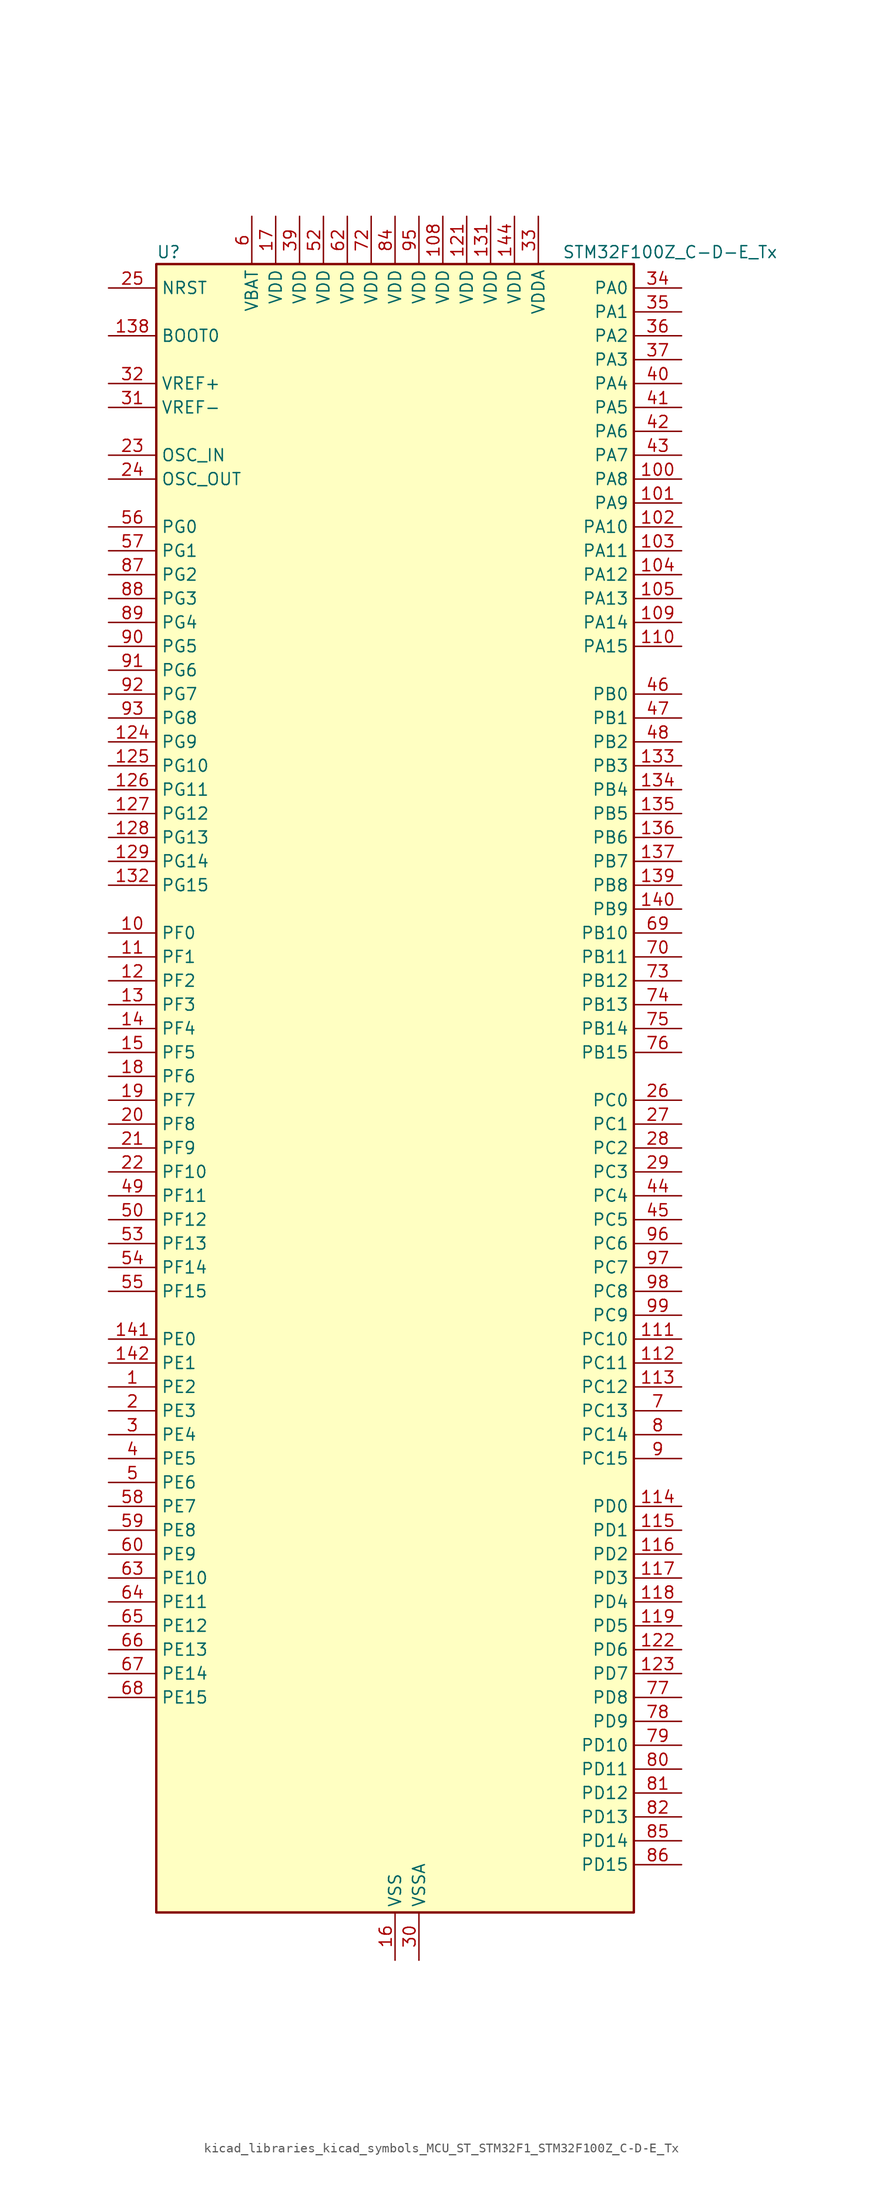
<source format=kicad_sym>
(kicad_symbol_lib
  (version 20220914)
  (generator kicad_symbol_editor)
  (symbol "kicad_libraries_kicad_symbols_MCU_ST_STM32F1_STM32F100Z_C-D-E_Tx"
    (property "Reference" "U"
      (at -25.4 90.17 0)
      (effects (font (size 1.27 1.27)) (justify left)))
    (property "Value" "STM32F100Z_C-D-E_Tx"
      (at 17.78 90.17 0)
      (effects (font (size 1.27 1.27)) (justify left)))
    (property "ki_locked" ""
      (at 0 0 0)
      (effects (font (size 1.27 1.27))))
    (symbol "kicad_libraries_kicad_symbols_MCU_ST_STM32F1_STM32F100Z_C-D-E_Tx_0_1"
      (rectangle (start -25.4 -86.36) (end 25.4 88.9) (stroke (width 0.254) (type default)) (fill (type background))))
    (symbol "kicad_libraries_kicad_symbols_MCU_ST_STM32F1_STM32F100Z_C-D-E_Tx_1_1"
      (pin bidirectional line (at -30.48 -30.48 0) (length 5.08) (name "PE2" (effects (font (size 1.27 1.27)))) (number "1" (effects (font (size 1.27 1.27)))) (alternate "FSMC_A23" bidirectional line) (alternate "SYS_TRACECLK" bidirectional line))
      (pin bidirectional line (at -30.48 17.78 0) (length 5.08) (name "PF0" (effects (font (size 1.27 1.27)))) (number "10" (effects (font (size 1.27 1.27)))) (alternate "FSMC_A0" bidirectional line))
      (pin bidirectional line (at 30.48 66.04 180) (length 5.08) (name "PA8" (effects (font (size 1.27 1.27)))) (number "100" (effects (font (size 1.27 1.27)))) (alternate "RCC_MCO" bidirectional line) (alternate "TIM1_CH1" bidirectional line) (alternate "USART1_CK" bidirectional line))
      (pin bidirectional line (at 30.48 63.5 180) (length 5.08) (name "PA9" (effects (font (size 1.27 1.27)))) (number "101" (effects (font (size 1.27 1.27)))) (alternate "DAC_EXTI9" bidirectional line) (alternate "TIM15_BKIN" bidirectional line) (alternate "TIM1_CH2" bidirectional line) (alternate "USART1_TX" bidirectional line))
      (pin bidirectional line (at 30.48 60.96 180) (length 5.08) (name "PA10" (effects (font (size 1.27 1.27)))) (number "102" (effects (font (size 1.27 1.27)))) (alternate "TIM17_BKIN" bidirectional line) (alternate "TIM1_CH3" bidirectional line) (alternate "USART1_RX" bidirectional line))
      (pin bidirectional line (at 30.48 58.42 180) (length 5.08) (name "PA11" (effects (font (size 1.27 1.27)))) (number "103" (effects (font (size 1.27 1.27)))) (alternate "ADC1_EXTI11" bidirectional line) (alternate "TIM1_CH4" bidirectional line) (alternate "USART1_CTS" bidirectional line))
      (pin bidirectional line (at 30.48 55.88 180) (length 5.08) (name "PA12" (effects (font (size 1.27 1.27)))) (number "104" (effects (font (size 1.27 1.27)))) (alternate "TIM1_ETR" bidirectional line) (alternate "USART1_RTS" bidirectional line))
      (pin bidirectional line (at 30.48 53.34 180) (length 5.08) (name "PA13" (effects (font (size 1.27 1.27)))) (number "105" (effects (font (size 1.27 1.27)))) (alternate "SYS_JTMS-SWDIO" bidirectional line))
      (pin no_connect line (at -25.4 -86.36 0) (length 5.08) hide (name "NC" (effects (font (size 1.27 1.27)))) (number "106" (effects (font (size 1.27 1.27)))))
      (pin passive line (at 0 -91.44 90) (length 5.08) hide (name "VSS" (effects (font (size 1.27 1.27)))) (number "107" (effects (font (size 1.27 1.27)))))
      (pin power_in line (at 5.08 93.98 270) (length 5.08) (name "VDD" (effects (font (size 1.27 1.27)))) (number "108" (effects (font (size 1.27 1.27)))))
      (pin bidirectional line (at 30.48 50.8 180) (length 5.08) (name "PA14" (effects (font (size 1.27 1.27)))) (number "109" (effects (font (size 1.27 1.27)))) (alternate "SYS_JTCK-SWCLK" bidirectional line))
      (pin bidirectional line (at -30.48 15.24 0) (length 5.08) (name "PF1" (effects (font (size 1.27 1.27)))) (number "11" (effects (font (size 1.27 1.27)))) (alternate "FSMC_A1" bidirectional line))
      (pin bidirectional line (at 30.48 48.26 180) (length 5.08) (name "PA15" (effects (font (size 1.27 1.27)))) (number "110" (effects (font (size 1.27 1.27)))) (alternate "ADC1_EXTI15" bidirectional line) (alternate "SPI1_NSS" bidirectional line) (alternate "SPI3_NSS" bidirectional line) (alternate "SYS_JTDI" bidirectional line) (alternate "TIM2_CH1" bidirectional line) (alternate "TIM2_ETR" bidirectional line))
      (pin bidirectional line (at 30.48 -25.4 180) (length 5.08) (name "PC10" (effects (font (size 1.27 1.27)))) (number "111" (effects (font (size 1.27 1.27)))) (alternate "UART4_TX" bidirectional line) (alternate "USART3_TX" bidirectional line))
      (pin bidirectional line (at 30.48 -27.94 180) (length 5.08) (name "PC11" (effects (font (size 1.27 1.27)))) (number "112" (effects (font (size 1.27 1.27)))) (alternate "ADC1_EXTI11" bidirectional line) (alternate "UART4_RX" bidirectional line) (alternate "USART3_RX" bidirectional line))
      (pin bidirectional line (at 30.48 -30.48 180) (length 5.08) (name "PC12" (effects (font (size 1.27 1.27)))) (number "113" (effects (font (size 1.27 1.27)))) (alternate "UART5_TX" bidirectional line) (alternate "USART3_CK" bidirectional line))
      (pin bidirectional line (at 30.48 -43.18 180) (length 5.08) (name "PD0" (effects (font (size 1.27 1.27)))) (number "114" (effects (font (size 1.27 1.27)))) (alternate "FSMC_D2" bidirectional line) (alternate "FSMC_DA2" bidirectional line))
      (pin bidirectional line (at 30.48 -45.72 180) (length 5.08) (name "PD1" (effects (font (size 1.27 1.27)))) (number "115" (effects (font (size 1.27 1.27)))) (alternate "FSMC_D3" bidirectional line) (alternate "FSMC_DA3" bidirectional line))
      (pin bidirectional line (at 30.48 -48.26 180) (length 5.08) (name "PD2" (effects (font (size 1.27 1.27)))) (number "116" (effects (font (size 1.27 1.27)))) (alternate "TIM3_ETR" bidirectional line) (alternate "UART5_RX" bidirectional line))
      (pin bidirectional line (at 30.48 -50.8 180) (length 5.08) (name "PD3" (effects (font (size 1.27 1.27)))) (number "117" (effects (font (size 1.27 1.27)))) (alternate "FSMC_CLK" bidirectional line) (alternate "USART2_CTS" bidirectional line))
      (pin bidirectional line (at 30.48 -53.34 180) (length 5.08) (name "PD4" (effects (font (size 1.27 1.27)))) (number "118" (effects (font (size 1.27 1.27)))) (alternate "FSMC_NOE" bidirectional line) (alternate "USART2_RTS" bidirectional line))
      (pin bidirectional line (at 30.48 -55.88 180) (length 5.08) (name "PD5" (effects (font (size 1.27 1.27)))) (number "119" (effects (font (size 1.27 1.27)))) (alternate "FSMC_NWE" bidirectional line) (alternate "USART2_TX" bidirectional line))
      (pin bidirectional line (at -30.48 12.7 0) (length 5.08) (name "PF2" (effects (font (size 1.27 1.27)))) (number "12" (effects (font (size 1.27 1.27)))) (alternate "FSMC_A2" bidirectional line))
      (pin passive line (at 0 -91.44 90) (length 5.08) hide (name "VSS" (effects (font (size 1.27 1.27)))) (number "120" (effects (font (size 1.27 1.27)))))
      (pin power_in line (at 7.62 93.98 270) (length 5.08) (name "VDD" (effects (font (size 1.27 1.27)))) (number "121" (effects (font (size 1.27 1.27)))))
      (pin bidirectional line (at 30.48 -58.42 180) (length 5.08) (name "PD6" (effects (font (size 1.27 1.27)))) (number "122" (effects (font (size 1.27 1.27)))) (alternate "FSMC_NWAIT" bidirectional line) (alternate "USART2_RX" bidirectional line))
      (pin bidirectional line (at 30.48 -60.96 180) (length 5.08) (name "PD7" (effects (font (size 1.27 1.27)))) (number "123" (effects (font (size 1.27 1.27)))) (alternate "FSMC_NE1" bidirectional line) (alternate "USART2_CK" bidirectional line))
      (pin bidirectional line (at -30.48 38.1 0) (length 5.08) (name "PG9" (effects (font (size 1.27 1.27)))) (number "124" (effects (font (size 1.27 1.27)))) (alternate "DAC_EXTI9" bidirectional line) (alternate "FSMC_NE2" bidirectional line))
      (pin bidirectional line (at -30.48 35.56 0) (length 5.08) (name "PG10" (effects (font (size 1.27 1.27)))) (number "125" (effects (font (size 1.27 1.27)))) (alternate "FSMC_NE3" bidirectional line))
      (pin bidirectional line (at -30.48 33.02 0) (length 5.08) (name "PG11" (effects (font (size 1.27 1.27)))) (number "126" (effects (font (size 1.27 1.27)))) (alternate "ADC1_EXTI11" bidirectional line))
      (pin bidirectional line (at -30.48 30.48 0) (length 5.08) (name "PG12" (effects (font (size 1.27 1.27)))) (number "127" (effects (font (size 1.27 1.27)))) (alternate "FSMC_NE4" bidirectional line))
      (pin bidirectional line (at -30.48 27.94 0) (length 5.08) (name "PG13" (effects (font (size 1.27 1.27)))) (number "128" (effects (font (size 1.27 1.27)))) (alternate "FSMC_A24" bidirectional line))
      (pin bidirectional line (at -30.48 25.4 0) (length 5.08) (name "PG14" (effects (font (size 1.27 1.27)))) (number "129" (effects (font (size 1.27 1.27)))) (alternate "FSMC_A25" bidirectional line))
      (pin bidirectional line (at -30.48 10.16 0) (length 5.08) (name "PF3" (effects (font (size 1.27 1.27)))) (number "13" (effects (font (size 1.27 1.27)))) (alternate "FSMC_A3" bidirectional line))
      (pin passive line (at 0 -91.44 90) (length 5.08) hide (name "VSS" (effects (font (size 1.27 1.27)))) (number "130" (effects (font (size 1.27 1.27)))))
      (pin power_in line (at 10.16 93.98 270) (length 5.08) (name "VDD" (effects (font (size 1.27 1.27)))) (number "131" (effects (font (size 1.27 1.27)))))
      (pin bidirectional line (at -30.48 22.86 0) (length 5.08) (name "PG15" (effects (font (size 1.27 1.27)))) (number "132" (effects (font (size 1.27 1.27)))) (alternate "ADC1_EXTI15" bidirectional line))
      (pin bidirectional line (at 30.48 35.56 180) (length 5.08) (name "PB3" (effects (font (size 1.27 1.27)))) (number "133" (effects (font (size 1.27 1.27)))) (alternate "SPI1_SCK" bidirectional line) (alternate "SPI3_SCK" bidirectional line) (alternate "SYS_JTDO-TRACESWO" bidirectional line) (alternate "TIM2_CH2" bidirectional line))
      (pin bidirectional line (at 30.48 33.02 180) (length 5.08) (name "PB4" (effects (font (size 1.27 1.27)))) (number "134" (effects (font (size 1.27 1.27)))) (alternate "SPI1_MISO" bidirectional line) (alternate "SPI3_MISO" bidirectional line) (alternate "SYS_NJTRST" bidirectional line) (alternate "TIM3_CH1" bidirectional line))
      (pin bidirectional line (at 30.48 30.48 180) (length 5.08) (name "PB5" (effects (font (size 1.27 1.27)))) (number "135" (effects (font (size 1.27 1.27)))) (alternate "I2C1_SMBA" bidirectional line) (alternate "SPI1_MOSI" bidirectional line) (alternate "SPI3_MOSI" bidirectional line) (alternate "TIM16_BKIN" bidirectional line) (alternate "TIM3_CH2" bidirectional line))
      (pin bidirectional line (at 30.48 27.94 180) (length 5.08) (name "PB6" (effects (font (size 1.27 1.27)))) (number "136" (effects (font (size 1.27 1.27)))) (alternate "I2C1_SCL" bidirectional line) (alternate "TIM16_CH1N" bidirectional line) (alternate "TIM4_CH1" bidirectional line) (alternate "USART1_TX" bidirectional line))
      (pin bidirectional line (at 30.48 25.4 180) (length 5.08) (name "PB7" (effects (font (size 1.27 1.27)))) (number "137" (effects (font (size 1.27 1.27)))) (alternate "FSMC_NL" bidirectional line) (alternate "I2C1_SDA" bidirectional line) (alternate "TIM17_CH1N" bidirectional line) (alternate "TIM4_CH2" bidirectional line) (alternate "USART1_RX" bidirectional line))
      (pin input line (at -30.48 81.28 0) (length 5.08) (name "BOOT0" (effects (font (size 1.27 1.27)))) (number "138" (effects (font (size 1.27 1.27)))))
      (pin bidirectional line (at 30.48 22.86 180) (length 5.08) (name "PB8" (effects (font (size 1.27 1.27)))) (number "139" (effects (font (size 1.27 1.27)))) (alternate "CEC" bidirectional line) (alternate "I2C1_SCL" bidirectional line) (alternate "TIM16_CH1" bidirectional line) (alternate "TIM4_CH3" bidirectional line))
      (pin bidirectional line (at -30.48 7.62 0) (length 5.08) (name "PF4" (effects (font (size 1.27 1.27)))) (number "14" (effects (font (size 1.27 1.27)))) (alternate "FSMC_A4" bidirectional line))
      (pin bidirectional line (at 30.48 20.32 180) (length 5.08) (name "PB9" (effects (font (size 1.27 1.27)))) (number "140" (effects (font (size 1.27 1.27)))) (alternate "DAC_EXTI9" bidirectional line) (alternate "I2C1_SDA" bidirectional line) (alternate "TIM17_CH1" bidirectional line) (alternate "TIM4_CH4" bidirectional line))
      (pin bidirectional line (at -30.48 -25.4 0) (length 5.08) (name "PE0" (effects (font (size 1.27 1.27)))) (number "141" (effects (font (size 1.27 1.27)))) (alternate "FSMC_NBL0" bidirectional line) (alternate "TIM4_ETR" bidirectional line))
      (pin bidirectional line (at -30.48 -27.94 0) (length 5.08) (name "PE1" (effects (font (size 1.27 1.27)))) (number "142" (effects (font (size 1.27 1.27)))) (alternate "FSMC_NBL1" bidirectional line))
      (pin passive line (at 0 -91.44 90) (length 5.08) hide (name "VSS" (effects (font (size 1.27 1.27)))) (number "143" (effects (font (size 1.27 1.27)))))
      (pin power_in line (at 12.7 93.98 270) (length 5.08) (name "VDD" (effects (font (size 1.27 1.27)))) (number "144" (effects (font (size 1.27 1.27)))))
      (pin bidirectional line (at -30.48 5.08 0) (length 5.08) (name "PF5" (effects (font (size 1.27 1.27)))) (number "15" (effects (font (size 1.27 1.27)))) (alternate "FSMC_A5" bidirectional line))
      (pin power_in line (at 0 -91.44 90) (length 5.08) (name "VSS" (effects (font (size 1.27 1.27)))) (number "16" (effects (font (size 1.27 1.27)))))
      (pin power_in line (at -12.7 93.98 270) (length 5.08) (name "VDD" (effects (font (size 1.27 1.27)))) (number "17" (effects (font (size 1.27 1.27)))))
      (pin bidirectional line (at -30.48 2.54 0) (length 5.08) (name "PF6" (effects (font (size 1.27 1.27)))) (number "18" (effects (font (size 1.27 1.27)))))
      (pin bidirectional line (at -30.48 0 0) (length 5.08) (name "PF7" (effects (font (size 1.27 1.27)))) (number "19" (effects (font (size 1.27 1.27)))))
      (pin bidirectional line (at -30.48 -33.02 0) (length 5.08) (name "PE3" (effects (font (size 1.27 1.27)))) (number "2" (effects (font (size 1.27 1.27)))) (alternate "FSMC_A19" bidirectional line) (alternate "SYS_TRACED0" bidirectional line))
      (pin bidirectional line (at -30.48 -2.54 0) (length 5.08) (name "PF8" (effects (font (size 1.27 1.27)))) (number "20" (effects (font (size 1.27 1.27)))))
      (pin bidirectional line (at -30.48 -5.08 0) (length 5.08) (name "PF9" (effects (font (size 1.27 1.27)))) (number "21" (effects (font (size 1.27 1.27)))) (alternate "DAC_EXTI9" bidirectional line))
      (pin bidirectional line (at -30.48 -7.62 0) (length 5.08) (name "PF10" (effects (font (size 1.27 1.27)))) (number "22" (effects (font (size 1.27 1.27)))))
      (pin input line (at -30.48 68.58 0) (length 5.08) (name "OSC_IN" (effects (font (size 1.27 1.27)))) (number "23" (effects (font (size 1.27 1.27)))) (alternate "RCC_OSC_IN" bidirectional line))
      (pin input line (at -30.48 66.04 0) (length 5.08) (name "OSC_OUT" (effects (font (size 1.27 1.27)))) (number "24" (effects (font (size 1.27 1.27)))) (alternate "RCC_OSC_OUT" bidirectional line))
      (pin input line (at -30.48 86.36 0) (length 5.08) (name "NRST" (effects (font (size 1.27 1.27)))) (number "25" (effects (font (size 1.27 1.27)))))
      (pin bidirectional line (at 30.48 0 180) (length 5.08) (name "PC0" (effects (font (size 1.27 1.27)))) (number "26" (effects (font (size 1.27 1.27)))) (alternate "ADC1_IN10" bidirectional line))
      (pin bidirectional line (at 30.48 -2.54 180) (length 5.08) (name "PC1" (effects (font (size 1.27 1.27)))) (number "27" (effects (font (size 1.27 1.27)))) (alternate "ADC1_IN11" bidirectional line))
      (pin bidirectional line (at 30.48 -5.08 180) (length 5.08) (name "PC2" (effects (font (size 1.27 1.27)))) (number "28" (effects (font (size 1.27 1.27)))) (alternate "ADC1_IN12" bidirectional line))
      (pin bidirectional line (at 30.48 -7.62 180) (length 5.08) (name "PC3" (effects (font (size 1.27 1.27)))) (number "29" (effects (font (size 1.27 1.27)))) (alternate "ADC1_IN13" bidirectional line))
      (pin bidirectional line (at -30.48 -35.56 0) (length 5.08) (name "PE4" (effects (font (size 1.27 1.27)))) (number "3" (effects (font (size 1.27 1.27)))) (alternate "FSMC_A20" bidirectional line) (alternate "SYS_TRACED1" bidirectional line))
      (pin power_in line (at 2.54 -91.44 90) (length 5.08) (name "VSSA" (effects (font (size 1.27 1.27)))) (number "30" (effects (font (size 1.27 1.27)))))
      (pin input line (at -30.48 73.66 0) (length 5.08) (name "VREF-" (effects (font (size 1.27 1.27)))) (number "31" (effects (font (size 1.27 1.27)))))
      (pin input line (at -30.48 76.2 0) (length 5.08) (name "VREF+" (effects (font (size 1.27 1.27)))) (number "32" (effects (font (size 1.27 1.27)))))
      (pin power_in line (at 15.24 93.98 270) (length 5.08) (name "VDDA" (effects (font (size 1.27 1.27)))) (number "33" (effects (font (size 1.27 1.27)))))
      (pin bidirectional line (at 30.48 86.36 180) (length 5.08) (name "PA0" (effects (font (size 1.27 1.27)))) (number "34" (effects (font (size 1.27 1.27)))) (alternate "ADC1_IN0" bidirectional line) (alternate "SYS_WKUP" bidirectional line) (alternate "TIM2_CH1" bidirectional line) (alternate "TIM2_ETR" bidirectional line) (alternate "TIM5_CH1" bidirectional line) (alternate "USART2_CTS" bidirectional line))
      (pin bidirectional line (at 30.48 83.82 180) (length 5.08) (name "PA1" (effects (font (size 1.27 1.27)))) (number "35" (effects (font (size 1.27 1.27)))) (alternate "ADC1_IN1" bidirectional line) (alternate "TIM2_CH2" bidirectional line) (alternate "TIM5_CH2" bidirectional line) (alternate "USART2_RTS" bidirectional line))
      (pin bidirectional line (at 30.48 81.28 180) (length 5.08) (name "PA2" (effects (font (size 1.27 1.27)))) (number "36" (effects (font (size 1.27 1.27)))) (alternate "ADC1_IN2" bidirectional line) (alternate "TIM15_CH1" bidirectional line) (alternate "TIM2_CH3" bidirectional line) (alternate "TIM5_CH3" bidirectional line) (alternate "USART2_TX" bidirectional line))
      (pin bidirectional line (at 30.48 78.74 180) (length 5.08) (name "PA3" (effects (font (size 1.27 1.27)))) (number "37" (effects (font (size 1.27 1.27)))) (alternate "ADC1_IN3" bidirectional line) (alternate "TIM15_CH2" bidirectional line) (alternate "TIM2_CH4" bidirectional line) (alternate "TIM5_CH4" bidirectional line) (alternate "USART2_RX" bidirectional line))
      (pin passive line (at 0 -91.44 90) (length 5.08) hide (name "VSS" (effects (font (size 1.27 1.27)))) (number "38" (effects (font (size 1.27 1.27)))))
      (pin power_in line (at -10.16 93.98 270) (length 5.08) (name "VDD" (effects (font (size 1.27 1.27)))) (number "39" (effects (font (size 1.27 1.27)))))
      (pin bidirectional line (at -30.48 -38.1 0) (length 5.08) (name "PE5" (effects (font (size 1.27 1.27)))) (number "4" (effects (font (size 1.27 1.27)))) (alternate "FSMC_A21" bidirectional line) (alternate "SYS_TRACED2" bidirectional line))
      (pin bidirectional line (at 30.48 76.2 180) (length 5.08) (name "PA4" (effects (font (size 1.27 1.27)))) (number "40" (effects (font (size 1.27 1.27)))) (alternate "ADC1_IN4" bidirectional line) (alternate "DAC_OUT1" bidirectional line) (alternate "SPI1_NSS" bidirectional line) (alternate "USART2_CK" bidirectional line))
      (pin bidirectional line (at 30.48 73.66 180) (length 5.08) (name "PA5" (effects (font (size 1.27 1.27)))) (number "41" (effects (font (size 1.27 1.27)))) (alternate "ADC1_IN5" bidirectional line) (alternate "DAC_OUT2" bidirectional line) (alternate "SPI1_SCK" bidirectional line))
      (pin bidirectional line (at 30.48 71.12 180) (length 5.08) (name "PA6" (effects (font (size 1.27 1.27)))) (number "42" (effects (font (size 1.27 1.27)))) (alternate "ADC1_IN6" bidirectional line) (alternate "SPI1_MISO" bidirectional line) (alternate "TIM16_CH1" bidirectional line) (alternate "TIM1_BKIN" bidirectional line) (alternate "TIM3_CH1" bidirectional line))
      (pin bidirectional line (at 30.48 68.58 180) (length 5.08) (name "PA7" (effects (font (size 1.27 1.27)))) (number "43" (effects (font (size 1.27 1.27)))) (alternate "ADC1_IN7" bidirectional line) (alternate "SPI1_MOSI" bidirectional line) (alternate "TIM17_CH1" bidirectional line) (alternate "TIM1_CH1N" bidirectional line) (alternate "TIM3_CH2" bidirectional line))
      (pin bidirectional line (at 30.48 -10.16 180) (length 5.08) (name "PC4" (effects (font (size 1.27 1.27)))) (number "44" (effects (font (size 1.27 1.27)))) (alternate "ADC1_IN14" bidirectional line) (alternate "TIM12_CH1" bidirectional line))
      (pin bidirectional line (at 30.48 -12.7 180) (length 5.08) (name "PC5" (effects (font (size 1.27 1.27)))) (number "45" (effects (font (size 1.27 1.27)))) (alternate "ADC1_IN15" bidirectional line) (alternate "TIM12_CH2" bidirectional line))
      (pin bidirectional line (at 30.48 43.18 180) (length 5.08) (name "PB0" (effects (font (size 1.27 1.27)))) (number "46" (effects (font (size 1.27 1.27)))) (alternate "ADC1_IN8" bidirectional line) (alternate "TIM13_CH1" bidirectional line) (alternate "TIM1_CH2N" bidirectional line) (alternate "TIM3_CH3" bidirectional line))
      (pin bidirectional line (at 30.48 40.64 180) (length 5.08) (name "PB1" (effects (font (size 1.27 1.27)))) (number "47" (effects (font (size 1.27 1.27)))) (alternate "ADC1_IN9" bidirectional line) (alternate "TIM14_CH1" bidirectional line) (alternate "TIM1_CH3N" bidirectional line) (alternate "TIM3_CH4" bidirectional line))
      (pin bidirectional line (at 30.48 38.1 180) (length 5.08) (name "PB2" (effects (font (size 1.27 1.27)))) (number "48" (effects (font (size 1.27 1.27)))))
      (pin bidirectional line (at -30.48 -10.16 0) (length 5.08) (name "PF11" (effects (font (size 1.27 1.27)))) (number "49" (effects (font (size 1.27 1.27)))) (alternate "ADC1_EXTI11" bidirectional line))
      (pin bidirectional line (at -30.48 -40.64 0) (length 5.08) (name "PE6" (effects (font (size 1.27 1.27)))) (number "5" (effects (font (size 1.27 1.27)))) (alternate "FSMC_A22" bidirectional line) (alternate "SYS_TRACED3" bidirectional line))
      (pin bidirectional line (at -30.48 -12.7 0) (length 5.08) (name "PF12" (effects (font (size 1.27 1.27)))) (number "50" (effects (font (size 1.27 1.27)))) (alternate "FSMC_A6" bidirectional line))
      (pin passive line (at 0 -91.44 90) (length 5.08) hide (name "VSS" (effects (font (size 1.27 1.27)))) (number "51" (effects (font (size 1.27 1.27)))))
      (pin power_in line (at -7.62 93.98 270) (length 5.08) (name "VDD" (effects (font (size 1.27 1.27)))) (number "52" (effects (font (size 1.27 1.27)))))
      (pin bidirectional line (at -30.48 -15.24 0) (length 5.08) (name "PF13" (effects (font (size 1.27 1.27)))) (number "53" (effects (font (size 1.27 1.27)))) (alternate "FSMC_A7" bidirectional line))
      (pin bidirectional line (at -30.48 -17.78 0) (length 5.08) (name "PF14" (effects (font (size 1.27 1.27)))) (number "54" (effects (font (size 1.27 1.27)))) (alternate "FSMC_A8" bidirectional line))
      (pin bidirectional line (at -30.48 -20.32 0) (length 5.08) (name "PF15" (effects (font (size 1.27 1.27)))) (number "55" (effects (font (size 1.27 1.27)))) (alternate "ADC1_EXTI15" bidirectional line) (alternate "FSMC_A9" bidirectional line))
      (pin bidirectional line (at -30.48 60.96 0) (length 5.08) (name "PG0" (effects (font (size 1.27 1.27)))) (number "56" (effects (font (size 1.27 1.27)))) (alternate "FSMC_A10" bidirectional line))
      (pin bidirectional line (at -30.48 58.42 0) (length 5.08) (name "PG1" (effects (font (size 1.27 1.27)))) (number "57" (effects (font (size 1.27 1.27)))) (alternate "FSMC_A11" bidirectional line))
      (pin bidirectional line (at -30.48 -43.18 0) (length 5.08) (name "PE7" (effects (font (size 1.27 1.27)))) (number "58" (effects (font (size 1.27 1.27)))) (alternate "FSMC_D4" bidirectional line) (alternate "FSMC_DA4" bidirectional line) (alternate "TIM1_ETR" bidirectional line))
      (pin bidirectional line (at -30.48 -45.72 0) (length 5.08) (name "PE8" (effects (font (size 1.27 1.27)))) (number "59" (effects (font (size 1.27 1.27)))) (alternate "FSMC_D5" bidirectional line) (alternate "FSMC_DA5" bidirectional line) (alternate "TIM1_CH1N" bidirectional line))
      (pin power_in line (at -15.24 93.98 270) (length 5.08) (name "VBAT" (effects (font (size 1.27 1.27)))) (number "6" (effects (font (size 1.27 1.27)))))
      (pin bidirectional line (at -30.48 -48.26 0) (length 5.08) (name "PE9" (effects (font (size 1.27 1.27)))) (number "60" (effects (font (size 1.27 1.27)))) (alternate "DAC_EXTI9" bidirectional line) (alternate "FSMC_D6" bidirectional line) (alternate "FSMC_DA6" bidirectional line) (alternate "TIM1_CH1" bidirectional line))
      (pin passive line (at 0 -91.44 90) (length 5.08) hide (name "VSS" (effects (font (size 1.27 1.27)))) (number "61" (effects (font (size 1.27 1.27)))))
      (pin power_in line (at -5.08 93.98 270) (length 5.08) (name "VDD" (effects (font (size 1.27 1.27)))) (number "62" (effects (font (size 1.27 1.27)))))
      (pin bidirectional line (at -30.48 -50.8 0) (length 5.08) (name "PE10" (effects (font (size 1.27 1.27)))) (number "63" (effects (font (size 1.27 1.27)))) (alternate "FSMC_D7" bidirectional line) (alternate "FSMC_DA7" bidirectional line) (alternate "TIM1_CH2N" bidirectional line))
      (pin bidirectional line (at -30.48 -53.34 0) (length 5.08) (name "PE11" (effects (font (size 1.27 1.27)))) (number "64" (effects (font (size 1.27 1.27)))) (alternate "ADC1_EXTI11" bidirectional line) (alternate "FSMC_D8" bidirectional line) (alternate "FSMC_DA8" bidirectional line) (alternate "TIM1_CH2" bidirectional line))
      (pin bidirectional line (at -30.48 -55.88 0) (length 5.08) (name "PE12" (effects (font (size 1.27 1.27)))) (number "65" (effects (font (size 1.27 1.27)))) (alternate "FSMC_D9" bidirectional line) (alternate "FSMC_DA9" bidirectional line) (alternate "TIM1_CH3N" bidirectional line))
      (pin bidirectional line (at -30.48 -58.42 0) (length 5.08) (name "PE13" (effects (font (size 1.27 1.27)))) (number "66" (effects (font (size 1.27 1.27)))) (alternate "FSMC_D10" bidirectional line) (alternate "FSMC_DA10" bidirectional line) (alternate "TIM1_CH3" bidirectional line))
      (pin bidirectional line (at -30.48 -60.96 0) (length 5.08) (name "PE14" (effects (font (size 1.27 1.27)))) (number "67" (effects (font (size 1.27 1.27)))) (alternate "FSMC_D11" bidirectional line) (alternate "FSMC_DA11" bidirectional line) (alternate "TIM1_CH4" bidirectional line))
      (pin bidirectional line (at -30.48 -63.5 0) (length 5.08) (name "PE15" (effects (font (size 1.27 1.27)))) (number "68" (effects (font (size 1.27 1.27)))) (alternate "ADC1_EXTI15" bidirectional line) (alternate "FSMC_D12" bidirectional line) (alternate "FSMC_DA12" bidirectional line) (alternate "TIM1_BKIN" bidirectional line))
      (pin bidirectional line (at 30.48 17.78 180) (length 5.08) (name "PB10" (effects (font (size 1.27 1.27)))) (number "69" (effects (font (size 1.27 1.27)))) (alternate "CEC" bidirectional line) (alternate "I2C2_SCL" bidirectional line) (alternate "TIM2_CH3" bidirectional line) (alternate "USART3_TX" bidirectional line))
      (pin bidirectional line (at 30.48 -33.02 180) (length 5.08) (name "PC13" (effects (font (size 1.27 1.27)))) (number "7" (effects (font (size 1.27 1.27)))) (alternate "RTC_OUT" bidirectional line) (alternate "RTC_TAMPER" bidirectional line))
      (pin bidirectional line (at 30.48 15.24 180) (length 5.08) (name "PB11" (effects (font (size 1.27 1.27)))) (number "70" (effects (font (size 1.27 1.27)))) (alternate "ADC1_EXTI11" bidirectional line) (alternate "I2C2_SDA" bidirectional line) (alternate "TIM2_CH4" bidirectional line) (alternate "USART3_RX" bidirectional line))
      (pin passive line (at 0 -91.44 90) (length 5.08) hide (name "VSS" (effects (font (size 1.27 1.27)))) (number "71" (effects (font (size 1.27 1.27)))))
      (pin power_in line (at -2.54 93.98 270) (length 5.08) (name "VDD" (effects (font (size 1.27 1.27)))) (number "72" (effects (font (size 1.27 1.27)))))
      (pin bidirectional line (at 30.48 12.7 180) (length 5.08) (name "PB12" (effects (font (size 1.27 1.27)))) (number "73" (effects (font (size 1.27 1.27)))) (alternate "I2C2_SMBA" bidirectional line) (alternate "SPI2_NSS" bidirectional line) (alternate "TIM12_CH1" bidirectional line) (alternate "TIM1_BKIN" bidirectional line) (alternate "USART3_CK" bidirectional line))
      (pin bidirectional line (at 30.48 10.16 180) (length 5.08) (name "PB13" (effects (font (size 1.27 1.27)))) (number "74" (effects (font (size 1.27 1.27)))) (alternate "SPI2_SCK" bidirectional line) (alternate "TIM12_CH2" bidirectional line) (alternate "TIM1_CH1N" bidirectional line) (alternate "USART3_CTS" bidirectional line))
      (pin bidirectional line (at 30.48 7.62 180) (length 5.08) (name "PB14" (effects (font (size 1.27 1.27)))) (number "75" (effects (font (size 1.27 1.27)))) (alternate "SPI2_MISO" bidirectional line) (alternate "TIM15_CH1" bidirectional line) (alternate "TIM1_CH2N" bidirectional line) (alternate "USART3_RTS" bidirectional line))
      (pin bidirectional line (at 30.48 5.08 180) (length 5.08) (name "PB15" (effects (font (size 1.27 1.27)))) (number "76" (effects (font (size 1.27 1.27)))) (alternate "ADC1_EXTI15" bidirectional line) (alternate "SPI2_MOSI" bidirectional line) (alternate "TIM15_CH1N" bidirectional line) (alternate "TIM15_CH2" bidirectional line) (alternate "TIM1_CH3N" bidirectional line))
      (pin bidirectional line (at 30.48 -63.5 180) (length 5.08) (name "PD8" (effects (font (size 1.27 1.27)))) (number "77" (effects (font (size 1.27 1.27)))) (alternate "FSMC_D13" bidirectional line) (alternate "FSMC_DA13" bidirectional line) (alternate "USART3_TX" bidirectional line))
      (pin bidirectional line (at 30.48 -66.04 180) (length 5.08) (name "PD9" (effects (font (size 1.27 1.27)))) (number "78" (effects (font (size 1.27 1.27)))) (alternate "DAC_EXTI9" bidirectional line) (alternate "FSMC_D14" bidirectional line) (alternate "FSMC_DA14" bidirectional line) (alternate "USART3_RX" bidirectional line))
      (pin bidirectional line (at 30.48 -68.58 180) (length 5.08) (name "PD10" (effects (font (size 1.27 1.27)))) (number "79" (effects (font (size 1.27 1.27)))) (alternate "FSMC_D15" bidirectional line) (alternate "FSMC_DA15" bidirectional line) (alternate "USART3_CK" bidirectional line))
      (pin bidirectional line (at 30.48 -35.56 180) (length 5.08) (name "PC14" (effects (font (size 1.27 1.27)))) (number "8" (effects (font (size 1.27 1.27)))) (alternate "RCC_OSC32_IN" bidirectional line))
      (pin bidirectional line (at 30.48 -71.12 180) (length 5.08) (name "PD11" (effects (font (size 1.27 1.27)))) (number "80" (effects (font (size 1.27 1.27)))) (alternate "ADC1_EXTI11" bidirectional line) (alternate "FSMC_A16" bidirectional line) (alternate "USART3_CTS" bidirectional line))
      (pin bidirectional line (at 30.48 -73.66 180) (length 5.08) (name "PD12" (effects (font (size 1.27 1.27)))) (number "81" (effects (font (size 1.27 1.27)))) (alternate "FSMC_A17" bidirectional line) (alternate "TIM4_CH1" bidirectional line) (alternate "USART3_RTS" bidirectional line))
      (pin bidirectional line (at 30.48 -76.2 180) (length 5.08) (name "PD13" (effects (font (size 1.27 1.27)))) (number "82" (effects (font (size 1.27 1.27)))) (alternate "FSMC_A18" bidirectional line) (alternate "TIM4_CH2" bidirectional line))
      (pin passive line (at 0 -91.44 90) (length 5.08) hide (name "VSS" (effects (font (size 1.27 1.27)))) (number "83" (effects (font (size 1.27 1.27)))))
      (pin power_in line (at 0 93.98 270) (length 5.08) (name "VDD" (effects (font (size 1.27 1.27)))) (number "84" (effects (font (size 1.27 1.27)))))
      (pin bidirectional line (at 30.48 -78.74 180) (length 5.08) (name "PD14" (effects (font (size 1.27 1.27)))) (number "85" (effects (font (size 1.27 1.27)))) (alternate "FSMC_D0" bidirectional line) (alternate "FSMC_DA0" bidirectional line) (alternate "TIM4_CH3" bidirectional line))
      (pin bidirectional line (at 30.48 -81.28 180) (length 5.08) (name "PD15" (effects (font (size 1.27 1.27)))) (number "86" (effects (font (size 1.27 1.27)))) (alternate "ADC1_EXTI15" bidirectional line) (alternate "FSMC_D1" bidirectional line) (alternate "FSMC_DA1" bidirectional line) (alternate "TIM4_CH4" bidirectional line))
      (pin bidirectional line (at -30.48 55.88 0) (length 5.08) (name "PG2" (effects (font (size 1.27 1.27)))) (number "87" (effects (font (size 1.27 1.27)))) (alternate "FSMC_A12" bidirectional line))
      (pin bidirectional line (at -30.48 53.34 0) (length 5.08) (name "PG3" (effects (font (size 1.27 1.27)))) (number "88" (effects (font (size 1.27 1.27)))) (alternate "FSMC_A13" bidirectional line))
      (pin bidirectional line (at -30.48 50.8 0) (length 5.08) (name "PG4" (effects (font (size 1.27 1.27)))) (number "89" (effects (font (size 1.27 1.27)))) (alternate "FSMC_A14" bidirectional line))
      (pin bidirectional line (at 30.48 -38.1 180) (length 5.08) (name "PC15" (effects (font (size 1.27 1.27)))) (number "9" (effects (font (size 1.27 1.27)))) (alternate "ADC1_EXTI15" bidirectional line) (alternate "RCC_OSC32_OUT" bidirectional line))
      (pin bidirectional line (at -30.48 48.26 0) (length 5.08) (name "PG5" (effects (font (size 1.27 1.27)))) (number "90" (effects (font (size 1.27 1.27)))) (alternate "FSMC_A15" bidirectional line))
      (pin bidirectional line (at -30.48 45.72 0) (length 5.08) (name "PG6" (effects (font (size 1.27 1.27)))) (number "91" (effects (font (size 1.27 1.27)))))
      (pin bidirectional line (at -30.48 43.18 0) (length 5.08) (name "PG7" (effects (font (size 1.27 1.27)))) (number "92" (effects (font (size 1.27 1.27)))))
      (pin bidirectional line (at -30.48 40.64 0) (length 5.08) (name "PG8" (effects (font (size 1.27 1.27)))) (number "93" (effects (font (size 1.27 1.27)))))
      (pin passive line (at 0 -91.44 90) (length 5.08) hide (name "VSS" (effects (font (size 1.27 1.27)))) (number "94" (effects (font (size 1.27 1.27)))))
      (pin power_in line (at 2.54 93.98 270) (length 5.08) (name "VDD" (effects (font (size 1.27 1.27)))) (number "95" (effects (font (size 1.27 1.27)))))
      (pin bidirectional line (at 30.48 -15.24 180) (length 5.08) (name "PC6" (effects (font (size 1.27 1.27)))) (number "96" (effects (font (size 1.27 1.27)))) (alternate "TIM3_CH1" bidirectional line))
      (pin bidirectional line (at 30.48 -17.78 180) (length 5.08) (name "PC7" (effects (font (size 1.27 1.27)))) (number "97" (effects (font (size 1.27 1.27)))) (alternate "TIM3_CH2" bidirectional line))
      (pin bidirectional line (at 30.48 -20.32 180) (length 5.08) (name "PC8" (effects (font (size 1.27 1.27)))) (number "98" (effects (font (size 1.27 1.27)))) (alternate "TIM13_CH1" bidirectional line) (alternate "TIM3_CH3" bidirectional line))
      (pin bidirectional line (at 30.48 -22.86 180) (length 5.08) (name "PC9" (effects (font (size 1.27 1.27)))) (number "99" (effects (font (size 1.27 1.27)))) (alternate "DAC_EXTI9" bidirectional line) (alternate "TIM14_CH1" bidirectional line) (alternate "TIM3_CH4" bidirectional line)))))
</source>
